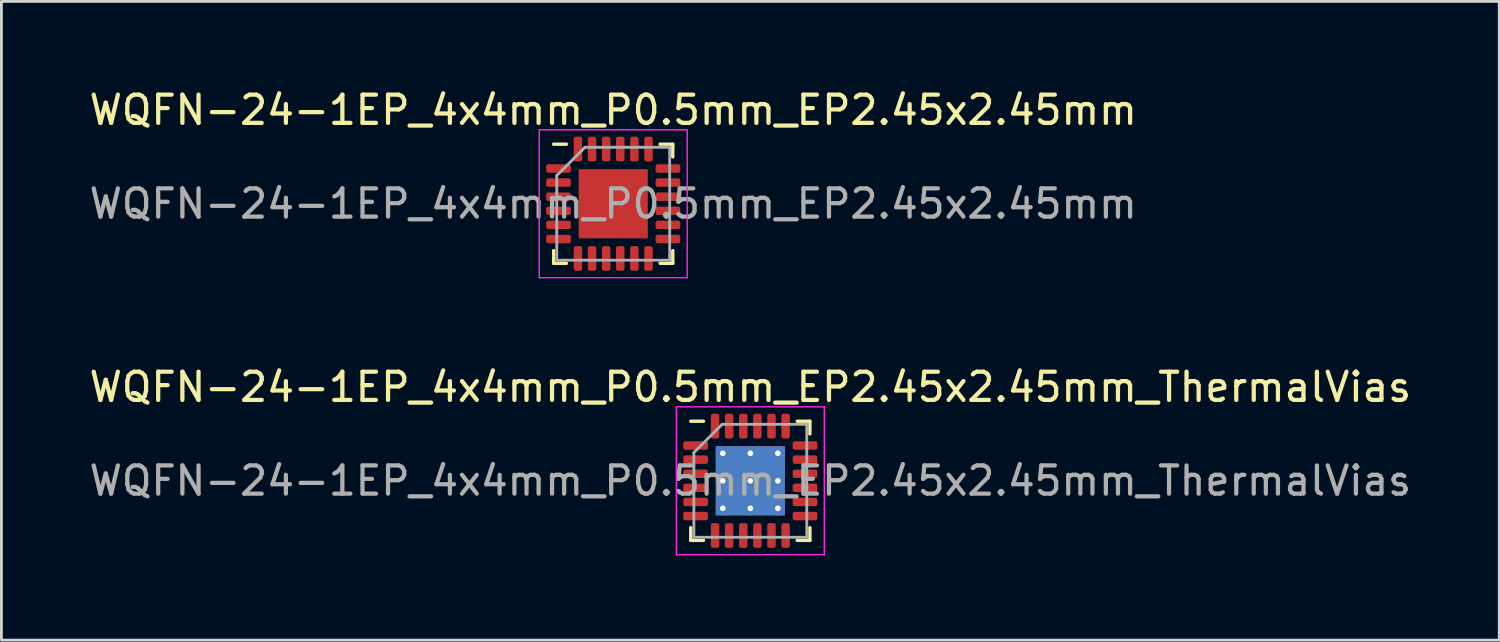
<source format=kicad_pcb>
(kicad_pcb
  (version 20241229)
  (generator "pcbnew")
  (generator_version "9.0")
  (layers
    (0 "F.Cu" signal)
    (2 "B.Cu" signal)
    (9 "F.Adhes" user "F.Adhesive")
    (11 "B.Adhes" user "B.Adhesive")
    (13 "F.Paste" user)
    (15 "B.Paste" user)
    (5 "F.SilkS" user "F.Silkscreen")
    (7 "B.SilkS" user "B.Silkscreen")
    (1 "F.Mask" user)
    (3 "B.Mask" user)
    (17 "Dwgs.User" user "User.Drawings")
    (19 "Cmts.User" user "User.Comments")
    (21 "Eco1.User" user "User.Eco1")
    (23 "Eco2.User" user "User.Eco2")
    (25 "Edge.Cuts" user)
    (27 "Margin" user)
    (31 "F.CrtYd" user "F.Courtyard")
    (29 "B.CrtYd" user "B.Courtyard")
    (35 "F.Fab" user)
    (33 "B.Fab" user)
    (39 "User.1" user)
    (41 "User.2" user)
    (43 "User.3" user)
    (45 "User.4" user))
  (footprint "WQFN-24-1EP_4x4mm_P0.5mm_EP2.45x2.45mm_ThermalVias"
    (layer "F.Cu")
    (at 23.53 13.982)
    (property "Reference" "WQFN-24-1EP_4x4mm_P0.5mm_EP2.45x2.45mm_ThermalVias" (at 0 -3.32 0) (layer "F.SilkS") (effects (font (size 1 1) (thickness 0.15))))
    (attr smd)
    (fp_line (start -2.11 2.11) (end -2.11 1.66) (stroke (width 0.12) (type solid)) (layer "F.SilkS"))
    (fp_line (start -1.66 -2.11) (end -2.11 -2.11) (stroke (width 0.12) (type solid)) (layer "F.SilkS"))
    (fp_line (start -1.66 2.11) (end -2.11 2.11) (stroke (width 0.12) (type solid)) (layer "F.SilkS"))
    (fp_line (start 1.66 -2.11) (end 2.11 -2.11) (stroke (width 0.12) (type solid)) (layer "F.SilkS"))
    (fp_line (start 1.66 2.11) (end 2.11 2.11) (stroke (width 0.12) (type solid)) (layer "F.SilkS"))
    (fp_line (start 2.11 -2.11) (end 2.11 -1.66) (stroke (width 0.12) (type solid)) (layer "F.SilkS"))
    (fp_line (start 2.11 2.11) (end 2.11 1.66) (stroke (width 0.12) (type solid)) (layer "F.SilkS"))
    (fp_line (start -2.62 -2.62) (end -2.62 2.62) (stroke (width 0.05) (type solid)) (layer "F.CrtYd"))
    (fp_line (start -2.62 2.62) (end 2.62 2.62) (stroke (width 0.05) (type solid)) (layer "F.CrtYd"))
    (fp_line (start 2.62 -2.62) (end -2.62 -2.62) (stroke (width 0.05) (type solid)) (layer "F.CrtYd"))
    (fp_line (start 2.62 2.62) (end 2.62 -2.62) (stroke (width 0.05) (type solid)) (layer "F.CrtYd"))
    (fp_line (start -2 -1) (end -1 -2) (stroke (width 0.1) (type solid)) (layer "F.Fab"))
    (fp_line (start -2 2) (end -2 -1) (stroke (width 0.1) (type solid)) (layer "F.Fab"))
    (fp_line (start -1 -2) (end 2 -2) (stroke (width 0.1) (type solid)) (layer "F.Fab"))
    (fp_line (start 2 -2) (end 2 2) (stroke (width 0.1) (type solid)) (layer "F.Fab"))
    (fp_line (start 2 2) (end -2 2) (stroke (width 0.1) (type solid)) (layer "F.Fab"))
    (fp_text user "${REFERENCE}" (at 0 0 0) (layer "F.Fab") (effects (font (size 1 1) (thickness 0.15))))
    (pad "" smd roundrect (at -0.61 -0.61) (size 1.06 1.06) (layers "F.Paste") (roundrect_rratio 0.236))
    (pad "" smd roundrect (at -0.61 0.61) (size 1.06 1.06) (layers "F.Paste") (roundrect_rratio 0.236))
    (pad "" smd roundrect (at 0.61 -0.61) (size 1.06 1.06) (layers "F.Paste") (roundrect_rratio 0.236))
    (pad "" smd roundrect (at 0.61 0.61) (size 1.06 1.06) (layers "F.Paste") (roundrect_rratio 0.236))
    (pad "1" smd roundrect (at -1.938 -1.25) (size 0.875 0.3) (layers "F.Cu" "F.Mask" "F.Paste") (roundrect_rratio 0.25))
    (pad "2" smd roundrect (at -1.938 -0.75) (size 0.875 0.3) (layers "F.Cu" "F.Mask" "F.Paste") (roundrect_rratio 0.25))
    (pad "3" smd roundrect (at -1.938 -0.25) (size 0.875 0.3) (layers "F.Cu" "F.Mask" "F.Paste") (roundrect_rratio 0.25))
    (pad "4" smd roundrect (at -1.938 0.25) (size 0.875 0.3) (layers "F.Cu" "F.Mask" "F.Paste") (roundrect_rratio 0.25))
    (pad "5" smd roundrect (at -1.938 0.75) (size 0.875 0.3) (layers "F.Cu" "F.Mask" "F.Paste") (roundrect_rratio 0.25))
    (pad "6" smd roundrect (at -1.938 1.25) (size 0.875 0.3) (layers "F.Cu" "F.Mask" "F.Paste") (roundrect_rratio 0.25))
    (pad "7" smd roundrect (at -1.25 1.938) (size 0.3 0.875) (layers "F.Cu" "F.Mask" "F.Paste") (roundrect_rratio 0.25))
    (pad "8" smd roundrect (at -0.75 1.938) (size 0.3 0.875) (layers "F.Cu" "F.Mask" "F.Paste") (roundrect_rratio 0.25))
    (pad "9" smd roundrect (at -0.25 1.938) (size 0.3 0.875) (layers "F.Cu" "F.Mask" "F.Paste") (roundrect_rratio 0.25))
    (pad "10" smd roundrect (at 0.25 1.938) (size 0.3 0.875) (layers "F.Cu" "F.Mask" "F.Paste") (roundrect_rratio 0.25))
    (pad "11" smd roundrect (at 0.75 1.938) (size 0.3 0.875) (layers "F.Cu" "F.Mask" "F.Paste") (roundrect_rratio 0.25))
    (pad "12" smd roundrect (at 1.25 1.938) (size 0.3 0.875) (layers "F.Cu" "F.Mask" "F.Paste") (roundrect_rratio 0.25))
    (pad "13" smd roundrect (at 1.938 1.25) (size 0.875 0.3) (layers "F.Cu" "F.Mask" "F.Paste") (roundrect_rratio 0.25))
    (pad "14" smd roundrect (at 1.938 0.75) (size 0.875 0.3) (layers "F.Cu" "F.Mask" "F.Paste") (roundrect_rratio 0.25))
    (pad "15" smd roundrect (at 1.938 0.25) (size 0.875 0.3) (layers "F.Cu" "F.Mask" "F.Paste") (roundrect_rratio 0.25))
    (pad "16" smd roundrect (at 1.938 -0.25) (size 0.875 0.3) (layers "F.Cu" "F.Mask" "F.Paste") (roundrect_rratio 0.25))
    (pad "17" smd roundrect (at 1.938 -0.75) (size 0.875 0.3) (layers "F.Cu" "F.Mask" "F.Paste") (roundrect_rratio 0.25))
    (pad "18" smd roundrect (at 1.938 -1.25) (size 0.875 0.3) (layers "F.Cu" "F.Mask" "F.Paste") (roundrect_rratio 0.25))
    (pad "19" smd roundrect (at 1.25 -1.938) (size 0.3 0.875) (layers "F.Cu" "F.Mask" "F.Paste") (roundrect_rratio 0.25))
    (pad "20" smd roundrect (at 0.75 -1.938) (size 0.3 0.875) (layers "F.Cu" "F.Mask" "F.Paste") (roundrect_rratio 0.25))
    (pad "21" smd roundrect (at 0.25 -1.938) (size 0.3 0.875) (layers "F.Cu" "F.Mask" "F.Paste") (roundrect_rratio 0.25))
    (pad "22" smd roundrect (at -0.25 -1.938) (size 0.3 0.875) (layers "F.Cu" "F.Mask" "F.Paste") (roundrect_rratio 0.25))
    (pad "23" smd roundrect (at -0.75 -1.938) (size 0.3 0.875) (layers "F.Cu" "F.Mask" "F.Paste") (roundrect_rratio 0.25))
    (pad "24" smd roundrect (at -1.25 -1.938) (size 0.3 0.875) (layers "F.Cu" "F.Mask" "F.Paste") (roundrect_rratio 0.25))
    (pad "25" thru_hole circle (at -0.975 -0.975) (size 0.5 0.5) (drill 0.2) (layers "*.Cu"))
    (pad "25" thru_hole circle (at -0.975 0) (size 0.5 0.5) (drill 0.2) (layers "*.Cu"))
    (pad "25" thru_hole circle (at -0.975 0.975) (size 0.5 0.5) (drill 0.2) (layers "*.Cu"))
    (pad "25" thru_hole circle (at 0 -0.975) (size 0.5 0.5) (drill 0.2) (layers "*.Cu"))
    (pad "25" thru_hole circle (at 0 0) (size 0.5 0.5) (drill 0.2) (layers "*.Cu"))
    (pad "25" smd rect (at 0 0) (size 2.45 2.45) (layers "F.Cu" "F.Mask"))
    (pad "25" smd rect (at 0 0) (size 2.45 2.45) (layers "B.Cu"))
    (pad "25" thru_hole circle (at 0 0.975) (size 0.5 0.5) (drill 0.2) (layers "*.Cu"))
    (pad "25" thru_hole circle (at 0.975 -0.975) (size 0.5 0.5) (drill 0.2) (layers "*.Cu"))
    (pad "25" thru_hole circle (at 0.975 0) (size 0.5 0.5) (drill 0.2) (layers "*.Cu"))
    (pad "25" thru_hole circle (at 0.975 0.975) (size 0.5 0.5) (drill 0.2) (layers "*.Cu")))
  (footprint "WQFN-24-1EP_4x4mm_P0.5mm_EP2.45x2.45mm"
    (layer "F.Cu")
    (at 18.673 4.168)
    (property "Reference" "WQFN-24-1EP_4x4mm_P0.5mm_EP2.45x2.45mm" (at 0 -3.32 0) (layer "F.SilkS") (effects (font (size 1 1) (thickness 0.15))))
    (attr smd)
    (fp_line (start -2.11 2.11) (end -2.11 1.66) (stroke (width 0.12) (type solid)) (layer "F.SilkS"))
    (fp_line (start -1.66 -2.11) (end -2.11 -2.11) (stroke (width 0.12) (type solid)) (layer "F.SilkS"))
    (fp_line (start -1.66 2.11) (end -2.11 2.11) (stroke (width 0.12) (type solid)) (layer "F.SilkS"))
    (fp_line (start 1.66 -2.11) (end 2.11 -2.11) (stroke (width 0.12) (type solid)) (layer "F.SilkS"))
    (fp_line (start 1.66 2.11) (end 2.11 2.11) (stroke (width 0.12) (type solid)) (layer "F.SilkS"))
    (fp_line (start 2.11 -2.11) (end 2.11 -1.66) (stroke (width 0.12) (type solid)) (layer "F.SilkS"))
    (fp_line (start 2.11 2.11) (end 2.11 1.66) (stroke (width 0.12) (type solid)) (layer "F.SilkS"))
    (fp_line (start -2.62 -2.62) (end -2.62 2.62) (stroke (width 0.05) (type solid)) (layer "F.CrtYd"))
    (fp_line (start -2.62 2.62) (end 2.62 2.62) (stroke (width 0.05) (type solid)) (layer "F.CrtYd"))
    (fp_line (start 2.62 -2.62) (end -2.62 -2.62) (stroke (width 0.05) (type solid)) (layer "F.CrtYd"))
    (fp_line (start 2.62 2.62) (end 2.62 -2.62) (stroke (width 0.05) (type solid)) (layer "F.CrtYd"))
    (fp_line (start -2 -1) (end -1 -2) (stroke (width 0.1) (type solid)) (layer "F.Fab"))
    (fp_line (start -2 2) (end -2 -1) (stroke (width 0.1) (type solid)) (layer "F.Fab"))
    (fp_line (start -1 -2) (end 2 -2) (stroke (width 0.1) (type solid)) (layer "F.Fab"))
    (fp_line (start 2 -2) (end 2 2) (stroke (width 0.1) (type solid)) (layer "F.Fab"))
    (fp_line (start 2 2) (end -2 2) (stroke (width 0.1) (type solid)) (layer "F.Fab"))
    (fp_text user "${REFERENCE}" (at 0 0 0) (layer "F.Fab") (effects (font (size 1 1) (thickness 0.15))))
    (pad "" smd roundrect (at -0.61 -0.61) (size 0.99 0.99) (layers "F.Paste") (roundrect_rratio 0.25))
    (pad "" smd roundrect (at -0.61 0.61) (size 0.99 0.99) (layers "F.Paste") (roundrect_rratio 0.25))
    (pad "" smd roundrect (at 0.61 -0.61) (size 0.99 0.99) (layers "F.Paste") (roundrect_rratio 0.25))
    (pad "" smd roundrect (at 0.61 0.61) (size 0.99 0.99) (layers "F.Paste") (roundrect_rratio 0.25))
    (pad "1" smd roundrect (at -1.938 -1.25) (size 0.875 0.3) (layers "F.Cu" "F.Mask" "F.Paste") (roundrect_rratio 0.25))
    (pad "2" smd roundrect (at -1.938 -0.75) (size 0.875 0.3) (layers "F.Cu" "F.Mask" "F.Paste") (roundrect_rratio 0.25))
    (pad "3" smd roundrect (at -1.938 -0.25) (size 0.875 0.3) (layers "F.Cu" "F.Mask" "F.Paste") (roundrect_rratio 0.25))
    (pad "4" smd roundrect (at -1.938 0.25) (size 0.875 0.3) (layers "F.Cu" "F.Mask" "F.Paste") (roundrect_rratio 0.25))
    (pad "5" smd roundrect (at -1.938 0.75) (size 0.875 0.3) (layers "F.Cu" "F.Mask" "F.Paste") (roundrect_rratio 0.25))
    (pad "6" smd roundrect (at -1.938 1.25) (size 0.875 0.3) (layers "F.Cu" "F.Mask" "F.Paste") (roundrect_rratio 0.25))
    (pad "7" smd roundrect (at -1.25 1.938) (size 0.3 0.875) (layers "F.Cu" "F.Mask" "F.Paste") (roundrect_rratio 0.25))
    (pad "8" smd roundrect (at -0.75 1.938) (size 0.3 0.875) (layers "F.Cu" "F.Mask" "F.Paste") (roundrect_rratio 0.25))
    (pad "9" smd roundrect (at -0.25 1.938) (size 0.3 0.875) (layers "F.Cu" "F.Mask" "F.Paste") (roundrect_rratio 0.25))
    (pad "10" smd roundrect (at 0.25 1.938) (size 0.3 0.875) (layers "F.Cu" "F.Mask" "F.Paste") (roundrect_rratio 0.25))
    (pad "11" smd roundrect (at 0.75 1.938) (size 0.3 0.875) (layers "F.Cu" "F.Mask" "F.Paste") (roundrect_rratio 0.25))
    (pad "12" smd roundrect (at 1.25 1.938) (size 0.3 0.875) (layers "F.Cu" "F.Mask" "F.Paste") (roundrect_rratio 0.25))
    (pad "13" smd roundrect (at 1.938 1.25) (size 0.875 0.3) (layers "F.Cu" "F.Mask" "F.Paste") (roundrect_rratio 0.25))
    (pad "14" smd roundrect (at 1.938 0.75) (size 0.875 0.3) (layers "F.Cu" "F.Mask" "F.Paste") (roundrect_rratio 0.25))
    (pad "15" smd roundrect (at 1.938 0.25) (size 0.875 0.3) (layers "F.Cu" "F.Mask" "F.Paste") (roundrect_rratio 0.25))
    (pad "16" smd roundrect (at 1.938 -0.25) (size 0.875 0.3) (layers "F.Cu" "F.Mask" "F.Paste") (roundrect_rratio 0.25))
    (pad "17" smd roundrect (at 1.938 -0.75) (size 0.875 0.3) (layers "F.Cu" "F.Mask" "F.Paste") (roundrect_rratio 0.25))
    (pad "18" smd roundrect (at 1.938 -1.25) (size 0.875 0.3) (layers "F.Cu" "F.Mask" "F.Paste") (roundrect_rratio 0.25))
    (pad "19" smd roundrect (at 1.25 -1.938) (size 0.3 0.875) (layers "F.Cu" "F.Mask" "F.Paste") (roundrect_rratio 0.25))
    (pad "20" smd roundrect (at 0.75 -1.938) (size 0.3 0.875) (layers "F.Cu" "F.Mask" "F.Paste") (roundrect_rratio 0.25))
    (pad "21" smd roundrect (at 0.25 -1.938) (size 0.3 0.875) (layers "F.Cu" "F.Mask" "F.Paste") (roundrect_rratio 0.25))
    (pad "22" smd roundrect (at -0.25 -1.938) (size 0.3 0.875) (layers "F.Cu" "F.Mask" "F.Paste") (roundrect_rratio 0.25))
    (pad "23" smd roundrect (at -0.75 -1.938) (size 0.3 0.875) (layers "F.Cu" "F.Mask" "F.Paste") (roundrect_rratio 0.25))
    (pad "24" smd roundrect (at -1.25 -1.938) (size 0.3 0.875) (layers "F.Cu" "F.Mask" "F.Paste") (roundrect_rratio 0.25))
    (pad "25" smd rect (at 0 0) (size 2.45 2.45) (layers "F.Cu" "F.Mask")))
  (gr_rect
    (start -3 -3)
    (end 50.06 19.627)
    (stroke (width 0.1) (type default))
    (fill no)
    (layer "Edge.Cuts")))
</source>
